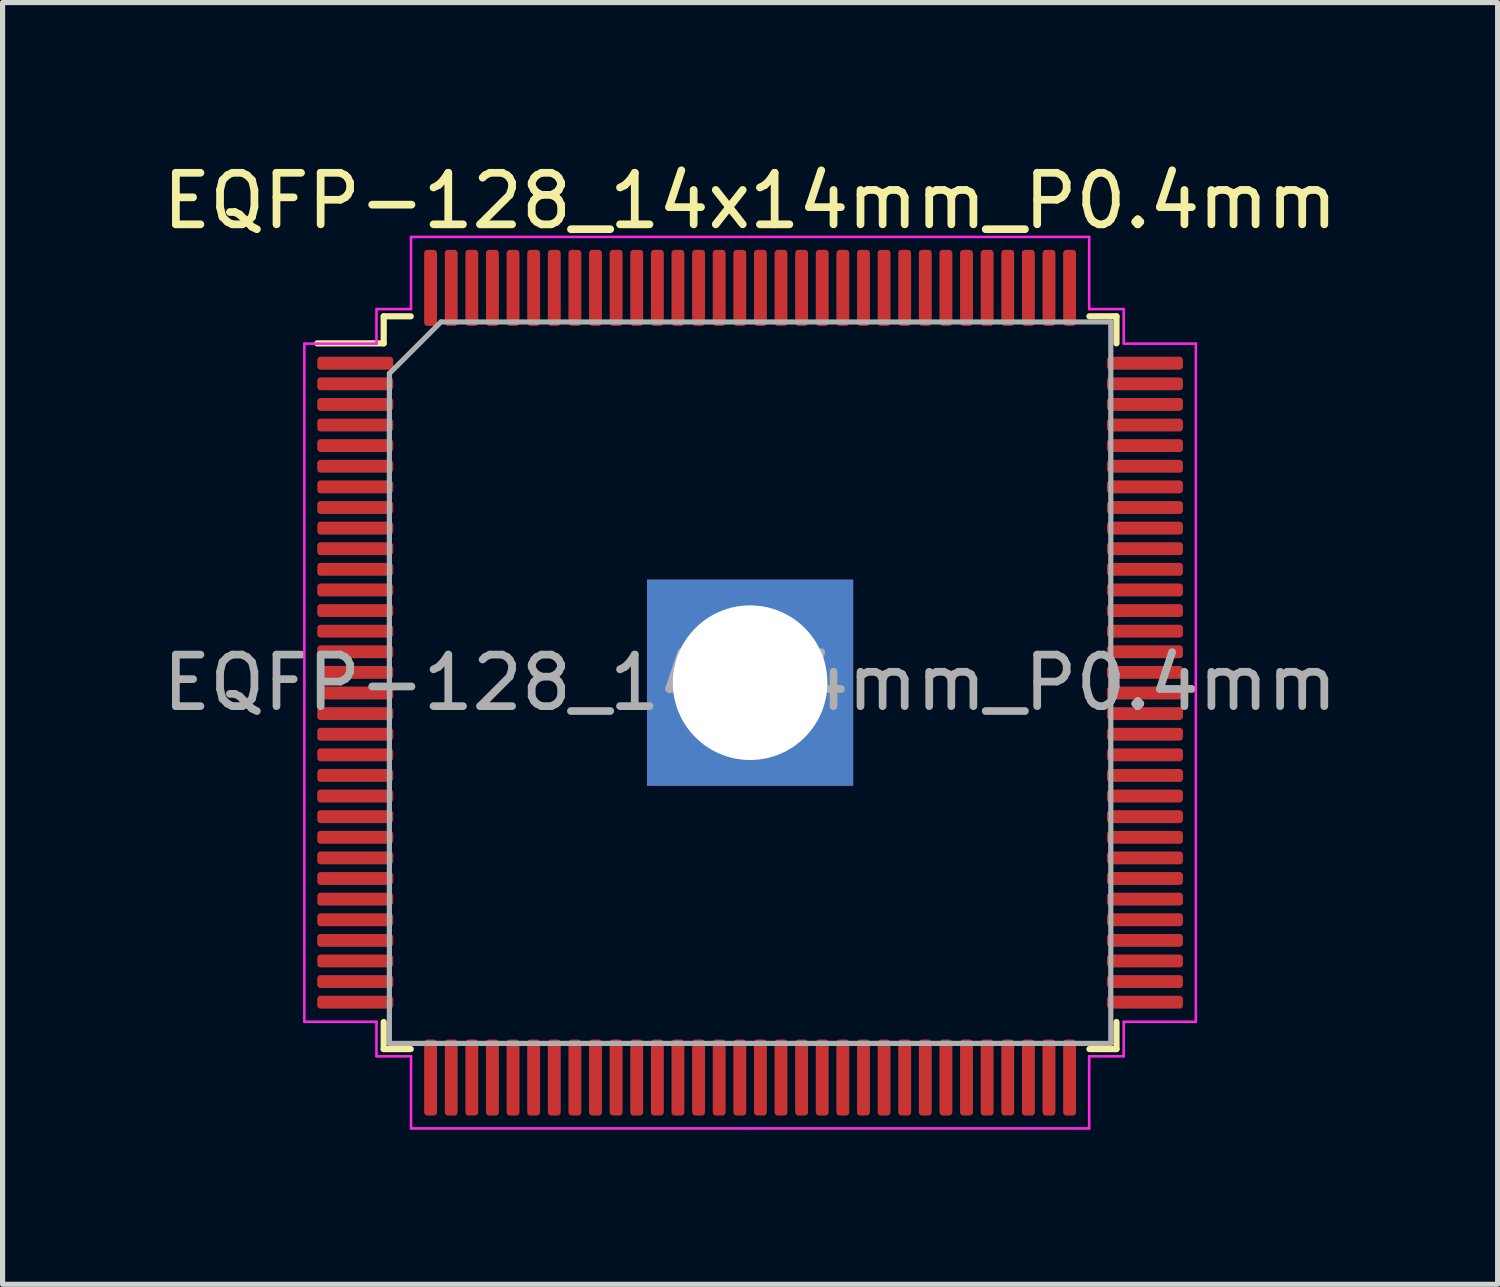
<source format=kicad_pcb>
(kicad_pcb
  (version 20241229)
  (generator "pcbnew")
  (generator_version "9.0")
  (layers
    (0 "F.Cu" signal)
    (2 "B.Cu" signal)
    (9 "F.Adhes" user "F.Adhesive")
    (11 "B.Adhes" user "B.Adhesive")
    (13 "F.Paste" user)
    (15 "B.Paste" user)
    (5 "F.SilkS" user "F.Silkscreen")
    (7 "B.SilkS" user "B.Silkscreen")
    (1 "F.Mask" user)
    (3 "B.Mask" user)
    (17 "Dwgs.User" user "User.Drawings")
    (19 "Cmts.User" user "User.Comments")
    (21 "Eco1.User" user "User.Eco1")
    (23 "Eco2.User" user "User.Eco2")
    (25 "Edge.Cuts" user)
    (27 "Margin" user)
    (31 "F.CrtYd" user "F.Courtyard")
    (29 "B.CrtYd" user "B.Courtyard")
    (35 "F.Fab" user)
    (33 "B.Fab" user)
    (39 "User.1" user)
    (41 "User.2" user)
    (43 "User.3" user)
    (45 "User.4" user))
  (footprint "EQFP-128_14x14mm_P0.4mm"
    (layer "F.Cu")
    (at 11.506 10.198)
    (property "Reference" "EQFP-128_14x14mm_P0.4mm" (at 0 -9.35 0) (layer "F.SilkS") (effects (font (size 1 1) (thickness 0.15))))
    (attr smd)
    (fp_line (start -7.11 -7.11) (end -7.11 -6.585) (stroke (width 0.12) (type solid)) (layer "F.SilkS"))
    (fp_line (start -7.11 -6.585) (end -8.4 -6.585) (stroke (width 0.12) (type solid)) (layer "F.SilkS"))
    (fp_line (start -7.11 7.11) (end -7.11 6.585) (stroke (width 0.12) (type solid)) (layer "F.SilkS"))
    (fp_line (start -6.585 -7.11) (end -7.11 -7.11) (stroke (width 0.12) (type solid)) (layer "F.SilkS"))
    (fp_line (start -6.585 7.11) (end -7.11 7.11) (stroke (width 0.12) (type solid)) (layer "F.SilkS"))
    (fp_line (start 6.585 -7.11) (end 7.11 -7.11) (stroke (width 0.12) (type solid)) (layer "F.SilkS"))
    (fp_line (start 6.585 7.11) (end 7.11 7.11) (stroke (width 0.12) (type solid)) (layer "F.SilkS"))
    (fp_line (start 7.11 -7.11) (end 7.11 -6.585) (stroke (width 0.12) (type solid)) (layer "F.SilkS"))
    (fp_line (start 7.11 7.11) (end 7.11 6.585) (stroke (width 0.12) (type solid)) (layer "F.SilkS"))
    (fp_line (start -8.65 -6.58) (end -8.65 0) (stroke (width 0.05) (type solid)) (layer "F.CrtYd"))
    (fp_line (start -8.65 6.58) (end -8.65 0) (stroke (width 0.05) (type solid)) (layer "F.CrtYd"))
    (fp_line (start -7.25 -7.25) (end -7.25 -6.58) (stroke (width 0.05) (type solid)) (layer "F.CrtYd"))
    (fp_line (start -7.25 -6.58) (end -8.65 -6.58) (stroke (width 0.05) (type solid)) (layer "F.CrtYd"))
    (fp_line (start -7.25 6.58) (end -8.65 6.58) (stroke (width 0.05) (type solid)) (layer "F.CrtYd"))
    (fp_line (start -7.25 7.25) (end -7.25 6.58) (stroke (width 0.05) (type solid)) (layer "F.CrtYd"))
    (fp_line (start -6.58 -8.65) (end -6.58 -7.25) (stroke (width 0.05) (type solid)) (layer "F.CrtYd"))
    (fp_line (start -6.58 -7.25) (end -7.25 -7.25) (stroke (width 0.05) (type solid)) (layer "F.CrtYd"))
    (fp_line (start -6.58 7.25) (end -7.25 7.25) (stroke (width 0.05) (type solid)) (layer "F.CrtYd"))
    (fp_line (start -6.58 8.65) (end -6.58 7.25) (stroke (width 0.05) (type solid)) (layer "F.CrtYd"))
    (fp_line (start 0 -8.65) (end -6.58 -8.65) (stroke (width 0.05) (type solid)) (layer "F.CrtYd"))
    (fp_line (start 0 -8.65) (end 6.58 -8.65) (stroke (width 0.05) (type solid)) (layer "F.CrtYd"))
    (fp_line (start 0 8.65) (end -6.58 8.65) (stroke (width 0.05) (type solid)) (layer "F.CrtYd"))
    (fp_line (start 0 8.65) (end 6.58 8.65) (stroke (width 0.05) (type solid)) (layer "F.CrtYd"))
    (fp_line (start 6.58 -8.65) (end 6.58 -7.25) (stroke (width 0.05) (type solid)) (layer "F.CrtYd"))
    (fp_line (start 6.58 -7.25) (end 7.25 -7.25) (stroke (width 0.05) (type solid)) (layer "F.CrtYd"))
    (fp_line (start 6.58 7.25) (end 7.25 7.25) (stroke (width 0.05) (type solid)) (layer "F.CrtYd"))
    (fp_line (start 6.58 8.65) (end 6.58 7.25) (stroke (width 0.05) (type solid)) (layer "F.CrtYd"))
    (fp_line (start 7.25 -7.25) (end 7.25 -6.58) (stroke (width 0.05) (type solid)) (layer "F.CrtYd"))
    (fp_line (start 7.25 -6.58) (end 8.65 -6.58) (stroke (width 0.05) (type solid)) (layer "F.CrtYd"))
    (fp_line (start 7.25 6.58) (end 8.65 6.58) (stroke (width 0.05) (type solid)) (layer "F.CrtYd"))
    (fp_line (start 7.25 7.25) (end 7.25 6.58) (stroke (width 0.05) (type solid)) (layer "F.CrtYd"))
    (fp_line (start 8.65 -6.58) (end 8.65 0) (stroke (width 0.05) (type solid)) (layer "F.CrtYd"))
    (fp_line (start 8.65 6.58) (end 8.65 0) (stroke (width 0.05) (type solid)) (layer "F.CrtYd"))
    (fp_line (start -7 -6) (end -6 -7) (stroke (width 0.1) (type solid)) (layer "F.Fab"))
    (fp_line (start -7 7) (end -7 -6) (stroke (width 0.1) (type solid)) (layer "F.Fab"))
    (fp_line (start -6 -7) (end 7 -7) (stroke (width 0.1) (type solid)) (layer "F.Fab"))
    (fp_line (start 7 -7) (end 7 7) (stroke (width 0.1) (type solid)) (layer "F.Fab"))
    (fp_line (start 7 7) (end -7 7) (stroke (width 0.1) (type solid)) (layer "F.Fab"))
    (fp_text user "${REFERENCE}" (at 0 0 0) (layer "F.Fab") (effects (font (size 1 1) (thickness 0.15))))
    (pad "1" smd roundrect (at -7.662 -6.2) (size 1.475 0.25) (layers "F.Cu" "F.Mask" "F.Paste") (roundrect_rratio 0.25))
    (pad "2" smd roundrect (at -7.662 -5.8) (size 1.475 0.25) (layers "F.Cu" "F.Mask" "F.Paste") (roundrect_rratio 0.25))
    (pad "3" smd roundrect (at -7.662 -5.4) (size 1.475 0.25) (layers "F.Cu" "F.Mask" "F.Paste") (roundrect_rratio 0.25))
    (pad "4" smd roundrect (at -7.662 -5) (size 1.475 0.25) (layers "F.Cu" "F.Mask" "F.Paste") (roundrect_rratio 0.25))
    (pad "5" smd roundrect (at -7.662 -4.6) (size 1.475 0.25) (layers "F.Cu" "F.Mask" "F.Paste") (roundrect_rratio 0.25))
    (pad "6" smd roundrect (at -7.662 -4.2) (size 1.475 0.25) (layers "F.Cu" "F.Mask" "F.Paste") (roundrect_rratio 0.25))
    (pad "7" smd roundrect (at -7.662 -3.8) (size 1.475 0.25) (layers "F.Cu" "F.Mask" "F.Paste") (roundrect_rratio 0.25))
    (pad "8" smd roundrect (at -7.662 -3.4) (size 1.475 0.25) (layers "F.Cu" "F.Mask" "F.Paste") (roundrect_rratio 0.25))
    (pad "9" smd roundrect (at -7.662 -3) (size 1.475 0.25) (layers "F.Cu" "F.Mask" "F.Paste") (roundrect_rratio 0.25))
    (pad "10" smd roundrect (at -7.662 -2.6) (size 1.475 0.25) (layers "F.Cu" "F.Mask" "F.Paste") (roundrect_rratio 0.25))
    (pad "11" smd roundrect (at -7.662 -2.2) (size 1.475 0.25) (layers "F.Cu" "F.Mask" "F.Paste") (roundrect_rratio 0.25))
    (pad "12" smd roundrect (at -7.662 -1.8) (size 1.475 0.25) (layers "F.Cu" "F.Mask" "F.Paste") (roundrect_rratio 0.25))
    (pad "13" smd roundrect (at -7.662 -1.4) (size 1.475 0.25) (layers "F.Cu" "F.Mask" "F.Paste") (roundrect_rratio 0.25))
    (pad "14" smd roundrect (at -7.662 -1) (size 1.475 0.25) (layers "F.Cu" "F.Mask" "F.Paste") (roundrect_rratio 0.25))
    (pad "15" smd roundrect (at -7.662 -0.6) (size 1.475 0.25) (layers "F.Cu" "F.Mask" "F.Paste") (roundrect_rratio 0.25))
    (pad "16" smd roundrect (at -7.662 -0.2) (size 1.475 0.25) (layers "F.Cu" "F.Mask" "F.Paste") (roundrect_rratio 0.25))
    (pad "17" smd roundrect (at -7.662 0.2) (size 1.475 0.25) (layers "F.Cu" "F.Mask" "F.Paste") (roundrect_rratio 0.25))
    (pad "18" smd roundrect (at -7.662 0.6) (size 1.475 0.25) (layers "F.Cu" "F.Mask" "F.Paste") (roundrect_rratio 0.25))
    (pad "19" smd roundrect (at -7.662 1) (size 1.475 0.25) (layers "F.Cu" "F.Mask" "F.Paste") (roundrect_rratio 0.25))
    (pad "20" smd roundrect (at -7.662 1.4) (size 1.475 0.25) (layers "F.Cu" "F.Mask" "F.Paste") (roundrect_rratio 0.25))
    (pad "21" smd roundrect (at -7.662 1.8) (size 1.475 0.25) (layers "F.Cu" "F.Mask" "F.Paste") (roundrect_rratio 0.25))
    (pad "22" smd roundrect (at -7.662 2.2) (size 1.475 0.25) (layers "F.Cu" "F.Mask" "F.Paste") (roundrect_rratio 0.25))
    (pad "23" smd roundrect (at -7.662 2.6) (size 1.475 0.25) (layers "F.Cu" "F.Mask" "F.Paste") (roundrect_rratio 0.25))
    (pad "24" smd roundrect (at -7.662 3) (size 1.475 0.25) (layers "F.Cu" "F.Mask" "F.Paste") (roundrect_rratio 0.25))
    (pad "25" smd roundrect (at -7.662 3.4) (size 1.475 0.25) (layers "F.Cu" "F.Mask" "F.Paste") (roundrect_rratio 0.25))
    (pad "26" smd roundrect (at -7.662 3.8) (size 1.475 0.25) (layers "F.Cu" "F.Mask" "F.Paste") (roundrect_rratio 0.25))
    (pad "27" smd roundrect (at -7.662 4.2) (size 1.475 0.25) (layers "F.Cu" "F.Mask" "F.Paste") (roundrect_rratio 0.25))
    (pad "28" smd roundrect (at -7.662 4.6) (size 1.475 0.25) (layers "F.Cu" "F.Mask" "F.Paste") (roundrect_rratio 0.25))
    (pad "29" smd roundrect (at -7.662 5) (size 1.475 0.25) (layers "F.Cu" "F.Mask" "F.Paste") (roundrect_rratio 0.25))
    (pad "30" smd roundrect (at -7.662 5.4) (size 1.475 0.25) (layers "F.Cu" "F.Mask" "F.Paste") (roundrect_rratio 0.25))
    (pad "31" smd roundrect (at -7.662 5.8) (size 1.475 0.25) (layers "F.Cu" "F.Mask" "F.Paste") (roundrect_rratio 0.25))
    (pad "32" smd roundrect (at -7.662 6.2) (size 1.475 0.25) (layers "F.Cu" "F.Mask" "F.Paste") (roundrect_rratio 0.25))
    (pad "33" smd roundrect (at -6.2 7.662) (size 0.25 1.475) (layers "F.Cu" "F.Mask" "F.Paste") (roundrect_rratio 0.25))
    (pad "34" smd roundrect (at -5.8 7.662) (size 0.25 1.475) (layers "F.Cu" "F.Mask" "F.Paste") (roundrect_rratio 0.25))
    (pad "35" smd roundrect (at -5.4 7.662) (size 0.25 1.475) (layers "F.Cu" "F.Mask" "F.Paste") (roundrect_rratio 0.25))
    (pad "36" smd roundrect (at -5 7.662) (size 0.25 1.475) (layers "F.Cu" "F.Mask" "F.Paste") (roundrect_rratio 0.25))
    (pad "37" smd roundrect (at -4.6 7.662) (size 0.25 1.475) (layers "F.Cu" "F.Mask" "F.Paste") (roundrect_rratio 0.25))
    (pad "38" smd roundrect (at -4.2 7.662) (size 0.25 1.475) (layers "F.Cu" "F.Mask" "F.Paste") (roundrect_rratio 0.25))
    (pad "39" smd roundrect (at -3.8 7.662) (size 0.25 1.475) (layers "F.Cu" "F.Mask" "F.Paste") (roundrect_rratio 0.25))
    (pad "40" smd roundrect (at -3.4 7.662) (size 0.25 1.475) (layers "F.Cu" "F.Mask" "F.Paste") (roundrect_rratio 0.25))
    (pad "41" smd roundrect (at -3 7.662) (size 0.25 1.475) (layers "F.Cu" "F.Mask" "F.Paste") (roundrect_rratio 0.25))
    (pad "42" smd roundrect (at -2.6 7.662) (size 0.25 1.475) (layers "F.Cu" "F.Mask" "F.Paste") (roundrect_rratio 0.25))
    (pad "43" smd roundrect (at -2.2 7.662) (size 0.25 1.475) (layers "F.Cu" "F.Mask" "F.Paste") (roundrect_rratio 0.25))
    (pad "44" smd roundrect (at -1.8 7.662) (size 0.25 1.475) (layers "F.Cu" "F.Mask" "F.Paste") (roundrect_rratio 0.25))
    (pad "45" smd roundrect (at -1.4 7.662) (size 0.25 1.475) (layers "F.Cu" "F.Mask" "F.Paste") (roundrect_rratio 0.25))
    (pad "46" smd roundrect (at -1 7.662) (size 0.25 1.475) (layers "F.Cu" "F.Mask" "F.Paste") (roundrect_rratio 0.25))
    (pad "47" smd roundrect (at -0.6 7.662) (size 0.25 1.475) (layers "F.Cu" "F.Mask" "F.Paste") (roundrect_rratio 0.25))
    (pad "48" smd roundrect (at -0.2 7.662) (size 0.25 1.475) (layers "F.Cu" "F.Mask" "F.Paste") (roundrect_rratio 0.25))
    (pad "49" smd roundrect (at 0.2 7.662) (size 0.25 1.475) (layers "F.Cu" "F.Mask" "F.Paste") (roundrect_rratio 0.25))
    (pad "50" smd roundrect (at 0.6 7.662) (size 0.25 1.475) (layers "F.Cu" "F.Mask" "F.Paste") (roundrect_rratio 0.25))
    (pad "51" smd roundrect (at 1 7.662) (size 0.25 1.475) (layers "F.Cu" "F.Mask" "F.Paste") (roundrect_rratio 0.25))
    (pad "52" smd roundrect (at 1.4 7.662) (size 0.25 1.475) (layers "F.Cu" "F.Mask" "F.Paste") (roundrect_rratio 0.25))
    (pad "53" smd roundrect (at 1.8 7.662) (size 0.25 1.475) (layers "F.Cu" "F.Mask" "F.Paste") (roundrect_rratio 0.25))
    (pad "54" smd roundrect (at 2.2 7.662) (size 0.25 1.475) (layers "F.Cu" "F.Mask" "F.Paste") (roundrect_rratio 0.25))
    (pad "55" smd roundrect (at 2.6 7.662) (size 0.25 1.475) (layers "F.Cu" "F.Mask" "F.Paste") (roundrect_rratio 0.25))
    (pad "56" smd roundrect (at 3 7.662) (size 0.25 1.475) (layers "F.Cu" "F.Mask" "F.Paste") (roundrect_rratio 0.25))
    (pad "57" smd roundrect (at 3.4 7.662) (size 0.25 1.475) (layers "F.Cu" "F.Mask" "F.Paste") (roundrect_rratio 0.25))
    (pad "58" smd roundrect (at 3.8 7.662) (size 0.25 1.475) (layers "F.Cu" "F.Mask" "F.Paste") (roundrect_rratio 0.25))
    (pad "59" smd roundrect (at 4.2 7.662) (size 0.25 1.475) (layers "F.Cu" "F.Mask" "F.Paste") (roundrect_rratio 0.25))
    (pad "60" smd roundrect (at 4.6 7.662) (size 0.25 1.475) (layers "F.Cu" "F.Mask" "F.Paste") (roundrect_rratio 0.25))
    (pad "61" smd roundrect (at 5 7.662) (size 0.25 1.475) (layers "F.Cu" "F.Mask" "F.Paste") (roundrect_rratio 0.25))
    (pad "62" smd roundrect (at 5.4 7.662) (size 0.25 1.475) (layers "F.Cu" "F.Mask" "F.Paste") (roundrect_rratio 0.25))
    (pad "63" smd roundrect (at 5.8 7.662) (size 0.25 1.475) (layers "F.Cu" "F.Mask" "F.Paste") (roundrect_rratio 0.25))
    (pad "64" smd roundrect (at 6.2 7.662) (size 0.25 1.475) (layers "F.Cu" "F.Mask" "F.Paste") (roundrect_rratio 0.25))
    (pad "65" smd roundrect (at 7.662 6.2) (size 1.475 0.25) (layers "F.Cu" "F.Mask" "F.Paste") (roundrect_rratio 0.25))
    (pad "66" smd roundrect (at 7.662 5.8) (size 1.475 0.25) (layers "F.Cu" "F.Mask" "F.Paste") (roundrect_rratio 0.25))
    (pad "67" smd roundrect (at 7.662 5.4) (size 1.475 0.25) (layers "F.Cu" "F.Mask" "F.Paste") (roundrect_rratio 0.25))
    (pad "68" smd roundrect (at 7.662 5) (size 1.475 0.25) (layers "F.Cu" "F.Mask" "F.Paste") (roundrect_rratio 0.25))
    (pad "69" smd roundrect (at 7.662 4.6) (size 1.475 0.25) (layers "F.Cu" "F.Mask" "F.Paste") (roundrect_rratio 0.25))
    (pad "70" smd roundrect (at 7.662 4.2) (size 1.475 0.25) (layers "F.Cu" "F.Mask" "F.Paste") (roundrect_rratio 0.25))
    (pad "71" smd roundrect (at 7.662 3.8) (size 1.475 0.25) (layers "F.Cu" "F.Mask" "F.Paste") (roundrect_rratio 0.25))
    (pad "72" smd roundrect (at 7.662 3.4) (size 1.475 0.25) (layers "F.Cu" "F.Mask" "F.Paste") (roundrect_rratio 0.25))
    (pad "73" smd roundrect (at 7.662 3) (size 1.475 0.25) (layers "F.Cu" "F.Mask" "F.Paste") (roundrect_rratio 0.25))
    (pad "74" smd roundrect (at 7.662 2.6) (size 1.475 0.25) (layers "F.Cu" "F.Mask" "F.Paste") (roundrect_rratio 0.25))
    (pad "75" smd roundrect (at 7.662 2.2) (size 1.475 0.25) (layers "F.Cu" "F.Mask" "F.Paste") (roundrect_rratio 0.25))
    (pad "76" smd roundrect (at 7.662 1.8) (size 1.475 0.25) (layers "F.Cu" "F.Mask" "F.Paste") (roundrect_rratio 0.25))
    (pad "77" smd roundrect (at 7.662 1.4) (size 1.475 0.25) (layers "F.Cu" "F.Mask" "F.Paste") (roundrect_rratio 0.25))
    (pad "78" smd roundrect (at 7.662 1) (size 1.475 0.25) (layers "F.Cu" "F.Mask" "F.Paste") (roundrect_rratio 0.25))
    (pad "79" smd roundrect (at 7.662 0.6) (size 1.475 0.25) (layers "F.Cu" "F.Mask" "F.Paste") (roundrect_rratio 0.25))
    (pad "80" smd roundrect (at 7.662 0.2) (size 1.475 0.25) (layers "F.Cu" "F.Mask" "F.Paste") (roundrect_rratio 0.25))
    (pad "81" smd roundrect (at 7.662 -0.2) (size 1.475 0.25) (layers "F.Cu" "F.Mask" "F.Paste") (roundrect_rratio 0.25))
    (pad "82" smd roundrect (at 7.662 -0.6) (size 1.475 0.25) (layers "F.Cu" "F.Mask" "F.Paste") (roundrect_rratio 0.25))
    (pad "83" smd roundrect (at 7.662 -1) (size 1.475 0.25) (layers "F.Cu" "F.Mask" "F.Paste") (roundrect_rratio 0.25))
    (pad "84" smd roundrect (at 7.662 -1.4) (size 1.475 0.25) (layers "F.Cu" "F.Mask" "F.Paste") (roundrect_rratio 0.25))
    (pad "85" smd roundrect (at 7.662 -1.8) (size 1.475 0.25) (layers "F.Cu" "F.Mask" "F.Paste") (roundrect_rratio 0.25))
    (pad "86" smd roundrect (at 7.662 -2.2) (size 1.475 0.25) (layers "F.Cu" "F.Mask" "F.Paste") (roundrect_rratio 0.25))
    (pad "87" smd roundrect (at 7.662 -2.6) (size 1.475 0.25) (layers "F.Cu" "F.Mask" "F.Paste") (roundrect_rratio 0.25))
    (pad "88" smd roundrect (at 7.662 -3) (size 1.475 0.25) (layers "F.Cu" "F.Mask" "F.Paste") (roundrect_rratio 0.25))
    (pad "89" smd roundrect (at 7.662 -3.4) (size 1.475 0.25) (layers "F.Cu" "F.Mask" "F.Paste") (roundrect_rratio 0.25))
    (pad "90" smd roundrect (at 7.662 -3.8) (size 1.475 0.25) (layers "F.Cu" "F.Mask" "F.Paste") (roundrect_rratio 0.25))
    (pad "91" smd roundrect (at 7.662 -4.2) (size 1.475 0.25) (layers "F.Cu" "F.Mask" "F.Paste") (roundrect_rratio 0.25))
    (pad "92" smd roundrect (at 7.662 -4.6) (size 1.475 0.25) (layers "F.Cu" "F.Mask" "F.Paste") (roundrect_rratio 0.25))
    (pad "93" smd roundrect (at 7.662 -5) (size 1.475 0.25) (layers "F.Cu" "F.Mask" "F.Paste") (roundrect_rratio 0.25))
    (pad "94" smd roundrect (at 7.662 -5.4) (size 1.475 0.25) (layers "F.Cu" "F.Mask" "F.Paste") (roundrect_rratio 0.25))
    (pad "95" smd roundrect (at 7.662 -5.8) (size 1.475 0.25) (layers "F.Cu" "F.Mask" "F.Paste") (roundrect_rratio 0.25))
    (pad "96" smd roundrect (at 7.662 -6.2) (size 1.475 0.25) (layers "F.Cu" "F.Mask" "F.Paste") (roundrect_rratio 0.25))
    (pad "97" smd roundrect (at 6.2 -7.662) (size 0.25 1.475) (layers "F.Cu" "F.Mask" "F.Paste") (roundrect_rratio 0.25))
    (pad "98" smd roundrect (at 5.8 -7.662) (size 0.25 1.475) (layers "F.Cu" "F.Mask" "F.Paste") (roundrect_rratio 0.25))
    (pad "99" smd roundrect (at 5.4 -7.662) (size 0.25 1.475) (layers "F.Cu" "F.Mask" "F.Paste") (roundrect_rratio 0.25))
    (pad "100" smd roundrect (at 5 -7.662) (size 0.25 1.475) (layers "F.Cu" "F.Mask" "F.Paste") (roundrect_rratio 0.25))
    (pad "101" smd roundrect (at 4.6 -7.662) (size 0.25 1.475) (layers "F.Cu" "F.Mask" "F.Paste") (roundrect_rratio 0.25))
    (pad "102" smd roundrect (at 4.2 -7.662) (size 0.25 1.475) (layers "F.Cu" "F.Mask" "F.Paste") (roundrect_rratio 0.25))
    (pad "103" smd roundrect (at 3.8 -7.662) (size 0.25 1.475) (layers "F.Cu" "F.Mask" "F.Paste") (roundrect_rratio 0.25))
    (pad "104" smd roundrect (at 3.4 -7.662) (size 0.25 1.475) (layers "F.Cu" "F.Mask" "F.Paste") (roundrect_rratio 0.25))
    (pad "105" smd roundrect (at 3 -7.662) (size 0.25 1.475) (layers "F.Cu" "F.Mask" "F.Paste") (roundrect_rratio 0.25))
    (pad "106" smd roundrect (at 2.6 -7.662) (size 0.25 1.475) (layers "F.Cu" "F.Mask" "F.Paste") (roundrect_rratio 0.25))
    (pad "107" smd roundrect (at 2.2 -7.662) (size 0.25 1.475) (layers "F.Cu" "F.Mask" "F.Paste") (roundrect_rratio 0.25))
    (pad "108" smd roundrect (at 1.8 -7.662) (size 0.25 1.475) (layers "F.Cu" "F.Mask" "F.Paste") (roundrect_rratio 0.25))
    (pad "109" smd roundrect (at 1.4 -7.662) (size 0.25 1.475) (layers "F.Cu" "F.Mask" "F.Paste") (roundrect_rratio 0.25))
    (pad "110" smd roundrect (at 1 -7.662) (size 0.25 1.475) (layers "F.Cu" "F.Mask" "F.Paste") (roundrect_rratio 0.25))
    (pad "111" smd roundrect (at 0.6 -7.662) (size 0.25 1.475) (layers "F.Cu" "F.Mask" "F.Paste") (roundrect_rratio 0.25))
    (pad "112" smd roundrect (at 0.2 -7.662) (size 0.25 1.475) (layers "F.Cu" "F.Mask" "F.Paste") (roundrect_rratio 0.25))
    (pad "113" smd roundrect (at -0.2 -7.662) (size 0.25 1.475) (layers "F.Cu" "F.Mask" "F.Paste") (roundrect_rratio 0.25))
    (pad "114" smd roundrect (at -0.6 -7.662) (size 0.25 1.475) (layers "F.Cu" "F.Mask" "F.Paste") (roundrect_rratio 0.25))
    (pad "115" smd roundrect (at -1 -7.662) (size 0.25 1.475) (layers "F.Cu" "F.Mask" "F.Paste") (roundrect_rratio 0.25))
    (pad "116" smd roundrect (at -1.4 -7.662) (size 0.25 1.475) (layers "F.Cu" "F.Mask" "F.Paste") (roundrect_rratio 0.25))
    (pad "117" smd roundrect (at -1.8 -7.662) (size 0.25 1.475) (layers "F.Cu" "F.Mask" "F.Paste") (roundrect_rratio 0.25))
    (pad "118" smd roundrect (at -2.2 -7.662) (size 0.25 1.475) (layers "F.Cu" "F.Mask" "F.Paste") (roundrect_rratio 0.25))
    (pad "119" smd roundrect (at -2.6 -7.662) (size 0.25 1.475) (layers "F.Cu" "F.Mask" "F.Paste") (roundrect_rratio 0.25))
    (pad "120" smd roundrect (at -3 -7.662) (size 0.25 1.475) (layers "F.Cu" "F.Mask" "F.Paste") (roundrect_rratio 0.25))
    (pad "121" smd roundrect (at -3.4 -7.662) (size 0.25 1.475) (layers "F.Cu" "F.Mask" "F.Paste") (roundrect_rratio 0.25))
    (pad "122" smd roundrect (at -3.8 -7.662) (size 0.25 1.475) (layers "F.Cu" "F.Mask" "F.Paste") (roundrect_rratio 0.25))
    (pad "123" smd roundrect (at -4.2 -7.662) (size 0.25 1.475) (layers "F.Cu" "F.Mask" "F.Paste") (roundrect_rratio 0.25))
    (pad "124" smd roundrect (at -4.6 -7.662) (size 0.25 1.475) (layers "F.Cu" "F.Mask" "F.Paste") (roundrect_rratio 0.25))
    (pad "125" smd roundrect (at -5 -7.662) (size 0.25 1.475) (layers "F.Cu" "F.Mask" "F.Paste") (roundrect_rratio 0.25))
    (pad "126" smd roundrect (at -5.4 -7.662) (size 0.25 1.475) (layers "F.Cu" "F.Mask" "F.Paste") (roundrect_rratio 0.25))
    (pad "127" smd roundrect (at -5.8 -7.662) (size 0.25 1.475) (layers "F.Cu" "F.Mask" "F.Paste") (roundrect_rratio 0.25))
    (pad "128" smd roundrect (at -6.2 -7.662) (size 0.25 1.475) (layers "F.Cu" "F.Mask" "F.Paste") (roundrect_rratio 0.25))
    (pad "129" thru_hole rect (at 0 0) (size 4 4) (drill 3) (layers "*.Cu" "*.Mask")))
  (gr_rect
    (start -3 -3)
    (end 26.012 21.873)
    (stroke (width 0.1) (type default))
    (fill no)
    (layer "Edge.Cuts")))
</source>
